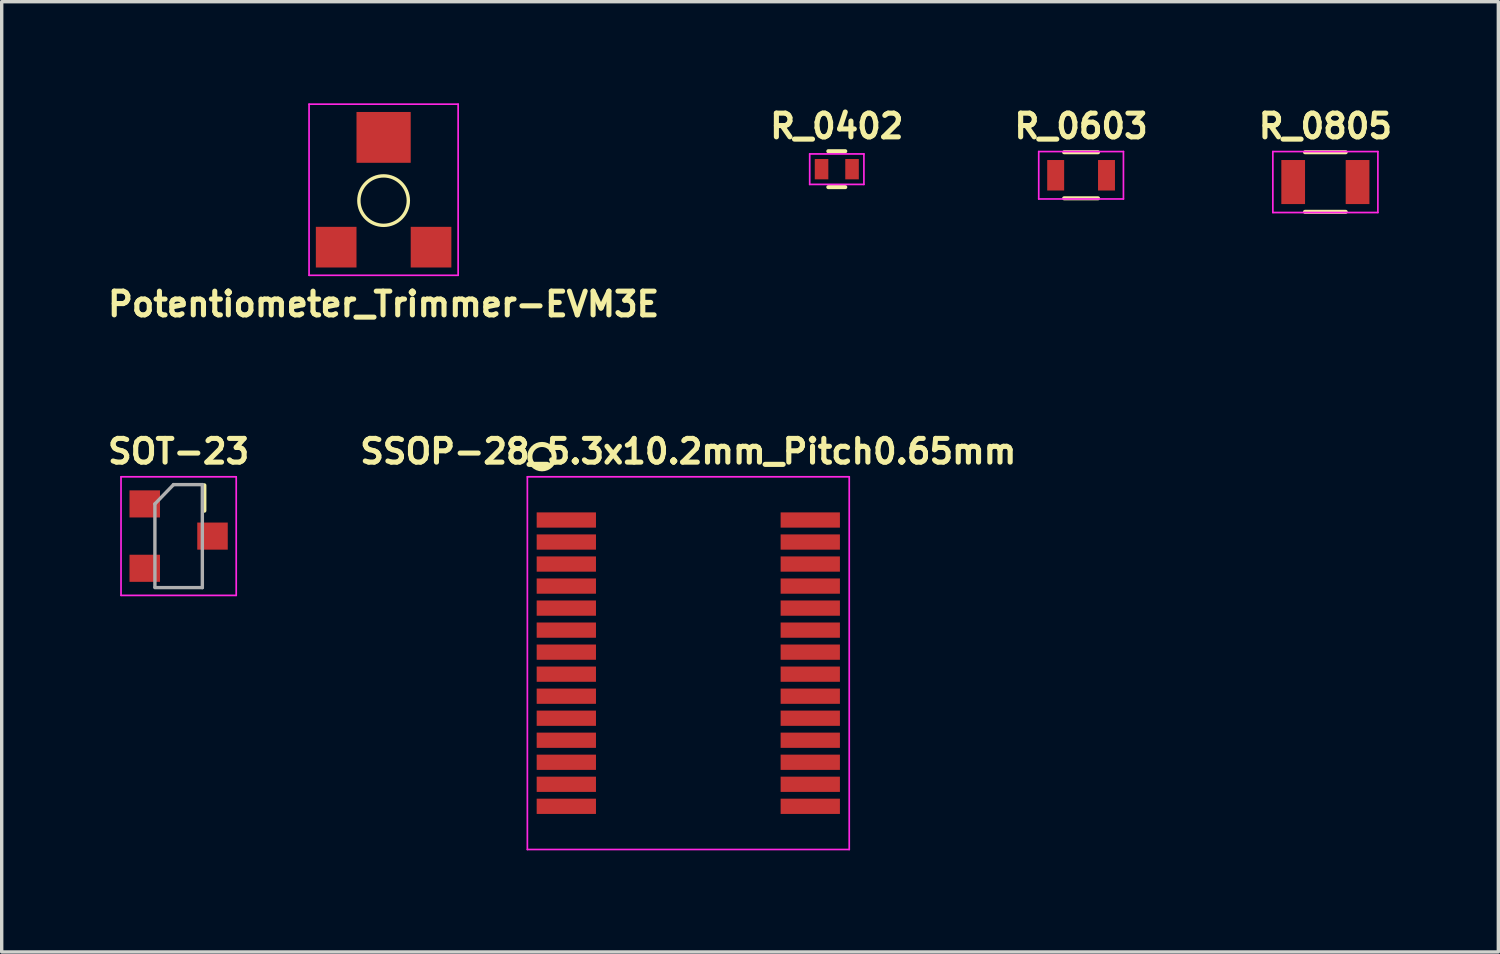
<source format=kicad_pcb>
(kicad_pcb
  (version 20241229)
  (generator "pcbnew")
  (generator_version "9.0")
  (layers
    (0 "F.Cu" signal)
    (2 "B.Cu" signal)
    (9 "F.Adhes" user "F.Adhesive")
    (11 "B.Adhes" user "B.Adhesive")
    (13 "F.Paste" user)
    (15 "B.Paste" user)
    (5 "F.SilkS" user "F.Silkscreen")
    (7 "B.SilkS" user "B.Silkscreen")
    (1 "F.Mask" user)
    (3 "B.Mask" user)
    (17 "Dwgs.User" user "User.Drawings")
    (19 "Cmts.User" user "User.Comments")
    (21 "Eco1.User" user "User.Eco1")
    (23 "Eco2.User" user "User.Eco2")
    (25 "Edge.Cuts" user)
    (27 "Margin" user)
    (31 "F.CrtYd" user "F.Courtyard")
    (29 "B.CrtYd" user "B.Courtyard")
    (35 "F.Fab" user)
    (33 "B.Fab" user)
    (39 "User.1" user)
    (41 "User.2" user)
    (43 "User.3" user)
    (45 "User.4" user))
  (footprint "R_0603"
    (layer "F.Cu")
    (at 28.858 2.123)
    (property "Reference" "R_0603" (at 0 -1.45 0) (layer "F.SilkS") (effects (font (size 0.7 0.7) (thickness 0.15))))
    (attr smd)
    (fp_line (start -0.5 -0.68) (end 0.5 -0.68) (stroke (width 0.12) (type solid)) (layer "F.SilkS"))
    (fp_line (start 0.5 0.68) (end -0.5 0.68) (stroke (width 0.12) (type solid)) (layer "F.SilkS"))
    (fp_line (start -1.25 -0.7) (end -1.25 0.7) (stroke (width 0.05) (type solid)) (layer "F.CrtYd"))
    (fp_line (start -1.25 -0.7) (end 1.25 -0.7) (stroke (width 0.05) (type solid)) (layer "F.CrtYd"))
    (fp_line (start 1.25 0.7) (end -1.25 0.7) (stroke (width 0.05) (type solid)) (layer "F.CrtYd"))
    (fp_line (start 1.25 0.7) (end 1.25 -0.7) (stroke (width 0.05) (type solid)) (layer "F.CrtYd"))
    (pad "1" smd rect (at -0.75 0) (size 0.5 0.9) (layers "F.Cu" "F.Mask" "F.Paste"))
    (pad "2" smd rect (at 0.75 0) (size 0.5 0.9) (layers "F.Cu" "F.Mask" "F.Paste")))
  (footprint "SSOP-28_5.3x10.2mm_Pitch0.65mm"
    (layer "F.Cu")
    (at 17.265 16.523)
    (property "Reference" "SSOP-28_5.3x10.2mm_Pitch0.65mm" (at 0 -6.25 0) (layer "F.SilkS") (effects (font (size 0.7 0.7) (thickness 0.15))))
    (attr smd)
    (fp_circle (center -4.318 -6.096) (end -4.064 -5.842) (stroke (width 0.15) (type solid)) (fill no) (layer "F.SilkS"))
    (fp_line (start -4.75 -5.5) (end -4.75 5.5) (stroke (width 0.05) (type solid)) (layer "F.CrtYd"))
    (fp_line (start -4.75 -5.5) (end 4.75 -5.5) (stroke (width 0.05) (type solid)) (layer "F.CrtYd"))
    (fp_line (start -4.75 5.5) (end 4.75 5.5) (stroke (width 0.05) (type solid)) (layer "F.CrtYd"))
    (fp_line (start 4.75 -5.5) (end 4.75 5.5) (stroke (width 0.05) (type solid)) (layer "F.CrtYd"))
    (pad "1" smd rect (at -3.6 -4.225) (size 1.75 0.45) (layers "F.Cu" "F.Mask" "F.Paste"))
    (pad "2" smd rect (at -3.6 -3.575) (size 1.75 0.45) (layers "F.Cu" "F.Mask" "F.Paste"))
    (pad "3" smd rect (at -3.6 -2.925) (size 1.75 0.45) (layers "F.Cu" "F.Mask" "F.Paste"))
    (pad "4" smd rect (at -3.6 -2.275) (size 1.75 0.45) (layers "F.Cu" "F.Mask" "F.Paste"))
    (pad "5" smd rect (at -3.6 -1.625) (size 1.75 0.45) (layers "F.Cu" "F.Mask" "F.Paste"))
    (pad "6" smd rect (at -3.6 -0.975) (size 1.75 0.45) (layers "F.Cu" "F.Mask" "F.Paste"))
    (pad "7" smd rect (at -3.6 -0.325) (size 1.75 0.45) (layers "F.Cu" "F.Mask" "F.Paste"))
    (pad "8" smd rect (at -3.6 0.325) (size 1.75 0.45) (layers "F.Cu" "F.Mask" "F.Paste"))
    (pad "9" smd rect (at -3.6 0.975) (size 1.75 0.45) (layers "F.Cu" "F.Mask" "F.Paste"))
    (pad "10" smd rect (at -3.6 1.625) (size 1.75 0.45) (layers "F.Cu" "F.Mask" "F.Paste"))
    (pad "11" smd rect (at -3.6 2.275) (size 1.75 0.45) (layers "F.Cu" "F.Mask" "F.Paste"))
    (pad "12" smd rect (at -3.6 2.925) (size 1.75 0.45) (layers "F.Cu" "F.Mask" "F.Paste"))
    (pad "13" smd rect (at -3.6 3.575) (size 1.75 0.45) (layers "F.Cu" "F.Mask" "F.Paste"))
    (pad "14" smd rect (at -3.6 4.225) (size 1.75 0.45) (layers "F.Cu" "F.Mask" "F.Paste"))
    (pad "15" smd rect (at 3.6 4.225) (size 1.75 0.45) (layers "F.Cu" "F.Mask" "F.Paste"))
    (pad "16" smd rect (at 3.6 3.575) (size 1.75 0.45) (layers "F.Cu" "F.Mask" "F.Paste"))
    (pad "17" smd rect (at 3.6 2.925) (size 1.75 0.45) (layers "F.Cu" "F.Mask" "F.Paste"))
    (pad "18" smd rect (at 3.6 2.275) (size 1.75 0.45) (layers "F.Cu" "F.Mask" "F.Paste"))
    (pad "19" smd rect (at 3.6 1.625) (size 1.75 0.45) (layers "F.Cu" "F.Mask" "F.Paste"))
    (pad "20" smd rect (at 3.6 0.975) (size 1.75 0.45) (layers "F.Cu" "F.Mask" "F.Paste"))
    (pad "21" smd rect (at 3.6 0.325) (size 1.75 0.45) (layers "F.Cu" "F.Mask" "F.Paste"))
    (pad "22" smd rect (at 3.6 -0.325) (size 1.75 0.45) (layers "F.Cu" "F.Mask" "F.Paste"))
    (pad "23" smd rect (at 3.6 -0.975) (size 1.75 0.45) (layers "F.Cu" "F.Mask" "F.Paste"))
    (pad "24" smd rect (at 3.6 -1.625) (size 1.75 0.45) (layers "F.Cu" "F.Mask" "F.Paste"))
    (pad "25" smd rect (at 3.6 -2.275) (size 1.75 0.45) (layers "F.Cu" "F.Mask" "F.Paste"))
    (pad "26" smd rect (at 3.6 -2.925) (size 1.75 0.45) (layers "F.Cu" "F.Mask" "F.Paste"))
    (pad "27" smd rect (at 3.6 -3.575) (size 1.75 0.45) (layers "F.Cu" "F.Mask" "F.Paste"))
    (pad "28" smd rect (at 3.6 -4.225) (size 1.75 0.45) (layers "F.Cu" "F.Mask" "F.Paste")))
  (footprint "Potentiometer_Trimmer-EVM3E"
    (layer "F.Cu")
    (at 8.272 2.625)
    (property "Reference" "Potentiometer_Trimmer-EVM3E" (at 0 3.302 0) (layer "F.SilkS") (effects (font (size 0.7 0.7) (thickness 0.15))))
    (attr smd)
    (fp_circle (center 0 0.246) (end 0 -0.484) (stroke (width 0.1) (type solid)) (fill no) (layer "F.SilkS"))
    (fp_line (start -2.2 -2.6) (end 2.2 -2.6) (stroke (width 0.05) (type solid)) (layer "F.CrtYd"))
    (fp_line (start -2.2 2.45) (end -2.2 -2.6) (stroke (width 0.05) (type solid)) (layer "F.CrtYd"))
    (fp_line (start 2.2 -2.6) (end 2.2 2.45) (stroke (width 0.05) (type solid)) (layer "F.CrtYd"))
    (fp_line (start 2.2 2.45) (end -2.2 2.45) (stroke (width 0.05) (type solid)) (layer "F.CrtYd"))
    (pad "1" smd rect (at -1.4 1.62) (size 1.2 1.2) (layers "F.Cu" "F.Mask" "F.Paste"))
    (pad "2" smd rect (at 0 -1.62) (size 1.6 1.5) (layers "F.Cu" "F.Mask" "F.Paste"))
    (pad "3" smd rect (at 1.4 1.62) (size 1.2 1.2) (layers "F.Cu" "F.Mask" "F.Paste")))
  (footprint "R_0402"
    (layer "F.Cu")
    (at 21.648 1.943)
    (property "Reference" "R_0402" (at 0 -1.27 0) (layer "F.SilkS") (effects (font (size 0.7 0.7) (thickness 0.15))))
    (attr smd)
    (fp_line (start -0.25 0.53) (end 0.25 0.53) (stroke (width 0.12) (type solid)) (layer "F.SilkS"))
    (fp_line (start 0.25 -0.53) (end -0.25 -0.53) (stroke (width 0.12) (type solid)) (layer "F.SilkS"))
    (fp_line (start -0.8 -0.45) (end -0.8 0.45) (stroke (width 0.05) (type solid)) (layer "F.CrtYd"))
    (fp_line (start -0.8 -0.45) (end 0.8 -0.45) (stroke (width 0.05) (type solid)) (layer "F.CrtYd"))
    (fp_line (start 0.8 0.45) (end -0.8 0.45) (stroke (width 0.05) (type solid)) (layer "F.CrtYd"))
    (fp_line (start 0.8 0.45) (end 0.8 -0.45) (stroke (width 0.05) (type solid)) (layer "F.CrtYd"))
    (pad "1" smd rect (at -0.45 0) (size 0.4 0.6) (layers "F.Cu" "F.Mask" "F.Paste"))
    (pad "2" smd rect (at 0.45 0) (size 0.4 0.6) (layers "F.Cu" "F.Mask" "F.Paste")))
  (footprint "R_0805"
    (layer "F.Cu")
    (at 36.068 2.323)
    (property "Reference" "R_0805" (at 0 -1.65 0) (layer "F.SilkS") (effects (font (size 0.7 0.7) (thickness 0.15))))
    (attr smd)
    (fp_line (start -0.6 -0.88) (end 0.6 -0.88) (stroke (width 0.12) (type solid)) (layer "F.SilkS"))
    (fp_line (start 0.6 0.88) (end -0.6 0.88) (stroke (width 0.12) (type solid)) (layer "F.SilkS"))
    (fp_line (start -1.55 -0.9) (end -1.55 0.9) (stroke (width 0.05) (type solid)) (layer "F.CrtYd"))
    (fp_line (start -1.55 -0.9) (end 1.55 -0.9) (stroke (width 0.05) (type solid)) (layer "F.CrtYd"))
    (fp_line (start 1.55 0.9) (end -1.55 0.9) (stroke (width 0.05) (type solid)) (layer "F.CrtYd"))
    (fp_line (start 1.55 0.9) (end 1.55 -0.9) (stroke (width 0.05) (type solid)) (layer "F.CrtYd"))
    (pad "1" smd rect (at -0.95 0) (size 0.7 1.3) (layers "F.Cu" "F.Mask" "F.Paste"))
    (pad "2" smd rect (at 0.95 0) (size 0.7 1.3) (layers "F.Cu" "F.Mask" "F.Paste")))
  (footprint "SOT-23"
    (layer "F.Cu")
    (at 2.222 12.773)
    (property "Reference" "SOT-23" (at 0 -2.5 0) (layer "F.SilkS") (effects (font (size 0.7 0.7) (thickness 0.15))))
    (attr smd)
    (fp_line (start 0.76 -1.5) (end 0.76 -0.75) (stroke (width 0.12) (type solid)) (layer "F.SilkS"))
    (fp_line (start -1.7 -1.75) (end 1.7 -1.75) (stroke (width 0.05) (type solid)) (layer "F.CrtYd"))
    (fp_line (start -1.7 1.75) (end -1.7 -1.75) (stroke (width 0.05) (type solid)) (layer "F.CrtYd"))
    (fp_line (start 1.7 -1.75) (end 1.7 1.75) (stroke (width 0.05) (type solid)) (layer "F.CrtYd"))
    (fp_line (start 1.7 1.75) (end -1.7 1.75) (stroke (width 0.05) (type solid)) (layer "F.CrtYd"))
    (fp_line (start -0.7 -0.95) (end -0.7 1.5) (stroke (width 0.1) (type solid)) (layer "F.Fab"))
    (fp_line (start -0.7 -0.95) (end -0.15 -1.52) (stroke (width 0.1) (type solid)) (layer "F.Fab"))
    (fp_line (start -0.7 1.52) (end 0.7 1.52) (stroke (width 0.1) (type solid)) (layer "F.Fab"))
    (fp_line (start -0.15 -1.52) (end 0.7 -1.52) (stroke (width 0.1) (type solid)) (layer "F.Fab"))
    (fp_line (start 0.7 -1.52) (end 0.7 1.52) (stroke (width 0.1) (type solid)) (layer "F.Fab"))
    (pad "1" smd rect (at -1 -0.95) (size 0.9 0.8) (layers "F.Cu" "F.Mask" "F.Paste"))
    (pad "2" smd rect (at -1 0.95) (size 0.9 0.8) (layers "F.Cu" "F.Mask" "F.Paste"))
    (pad "3" smd rect (at 1 0) (size 0.9 0.8) (layers "F.Cu" "F.Mask" "F.Paste")))
  (gr_rect
    (start -3 -3)
    (end 41.173 25.047)
    (stroke (width 0.1) (type default))
    (fill no)
    (layer "Edge.Cuts")))
</source>
